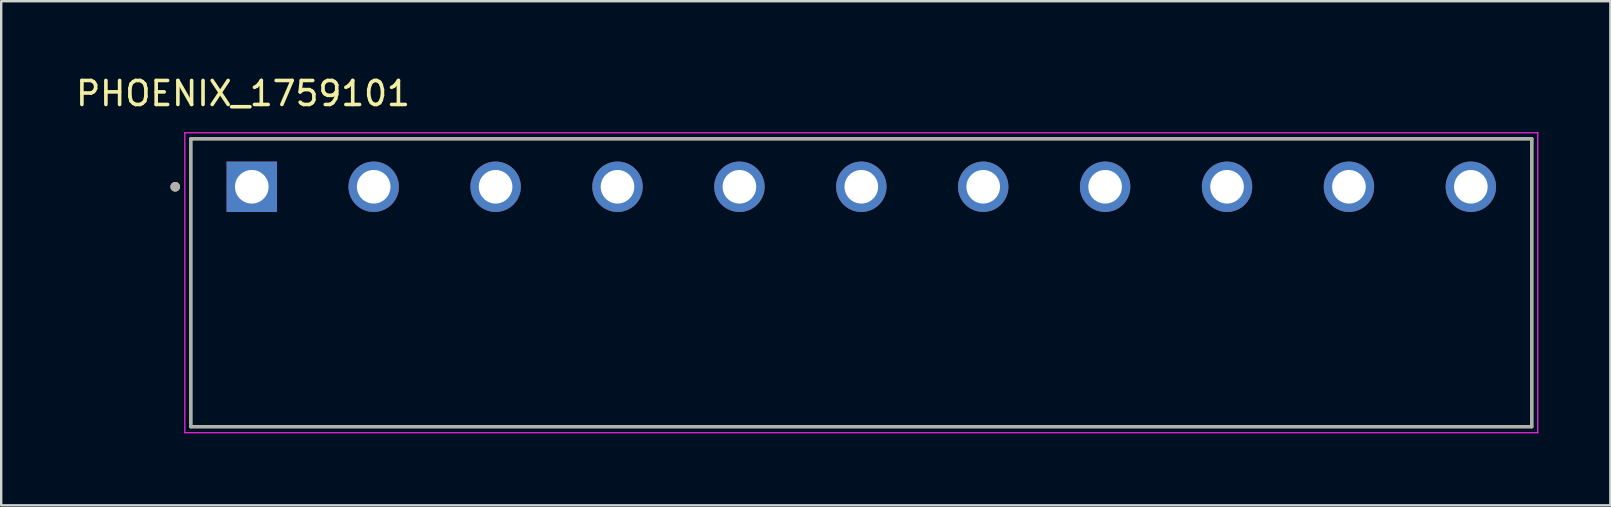
<source format=kicad_pcb>
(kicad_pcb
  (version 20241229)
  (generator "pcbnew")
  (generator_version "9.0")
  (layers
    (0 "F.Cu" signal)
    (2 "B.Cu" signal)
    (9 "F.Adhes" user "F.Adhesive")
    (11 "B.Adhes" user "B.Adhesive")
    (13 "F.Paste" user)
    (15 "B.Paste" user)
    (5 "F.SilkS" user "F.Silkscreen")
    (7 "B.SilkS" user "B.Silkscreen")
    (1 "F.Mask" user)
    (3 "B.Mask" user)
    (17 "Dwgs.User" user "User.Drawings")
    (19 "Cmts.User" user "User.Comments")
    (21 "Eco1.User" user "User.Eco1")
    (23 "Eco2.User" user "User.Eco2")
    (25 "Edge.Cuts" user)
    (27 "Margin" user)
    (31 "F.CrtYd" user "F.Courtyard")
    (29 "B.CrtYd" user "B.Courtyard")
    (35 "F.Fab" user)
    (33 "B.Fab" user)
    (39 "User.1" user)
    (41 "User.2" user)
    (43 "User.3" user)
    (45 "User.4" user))
  (footprint "PHOENIX_1759101"
    (layer "F.Cu")
    (at 4.902 14.733)
    (property "Reference" "PHOENIX_1759101" (at 2.175 -13.885 0) (layer "F.SilkS") (effects (font (size 1 1) (thickness 0.15))))
    (attr through_hole)
    (fp_line (start 0 0) (end 0 -12) (stroke (width 0.127) (type solid)) (layer "F.SilkS"))
    (fp_line (start 55.88 -12) (end 0 -12) (stroke (width 0.127) (type solid)) (layer "F.SilkS"))
    (fp_line (start 55.88 -12) (end 55.88 0) (stroke (width 0.127) (type solid)) (layer "F.SilkS"))
    (fp_line (start 55.88 0) (end 0 0) (stroke (width 0.127) (type solid)) (layer "F.SilkS"))
    (fp_circle (center -0.65 -10) (end -0.55 -10) (stroke (width 0.2) (type solid)) (fill no) (layer "F.SilkS"))
    (fp_line (start -0.25 -12.25) (end 56.13 -12.25) (stroke (width 0.05) (type solid)) (layer "F.CrtYd"))
    (fp_line (start -0.25 0.25) (end -0.25 -12.25) (stroke (width 0.05) (type solid)) (layer "F.CrtYd"))
    (fp_line (start 56.13 -12.25) (end 56.13 0.25) (stroke (width 0.05) (type solid)) (layer "F.CrtYd"))
    (fp_line (start 56.13 0.25) (end -0.25 0.25) (stroke (width 0.05) (type solid)) (layer "F.CrtYd"))
    (fp_line (start 0 -12) (end 55.88 -12) (stroke (width 0.127) (type solid)) (layer "F.Fab"))
    (fp_line (start 0 0) (end 0 -12) (stroke (width 0.127) (type solid)) (layer "F.Fab"))
    (fp_line (start 55.88 -12) (end 55.88 0) (stroke (width 0.127) (type solid)) (layer "F.Fab"))
    (fp_line (start 55.88 0) (end 0 0) (stroke (width 0.127) (type solid)) (layer "F.Fab"))
    (fp_circle (center -0.65 -10) (end -0.55 -10) (stroke (width 0.2) (type solid)) (fill no) (layer "F.Fab"))
    (pad "01" thru_hole rect (at 2.54 -10) (size 2.1 2.1) (drill 1.4) (layers "*.Cu" "*.Mask"))
    (pad "02" thru_hole circle (at 7.62 -10) (size 2.1 2.1) (drill 1.4) (layers "*.Cu" "*.Mask"))
    (pad "03" thru_hole circle (at 12.7 -10) (size 2.1 2.1) (drill 1.4) (layers "*.Cu" "*.Mask"))
    (pad "04" thru_hole circle (at 17.78 -10) (size 2.1 2.1) (drill 1.4) (layers "*.Cu" "*.Mask"))
    (pad "05" thru_hole circle (at 22.86 -10) (size 2.1 2.1) (drill 1.4) (layers "*.Cu" "*.Mask"))
    (pad "06" thru_hole circle (at 27.94 -10) (size 2.1 2.1) (drill 1.4) (layers "*.Cu" "*.Mask"))
    (pad "07" thru_hole circle (at 33.02 -10) (size 2.1 2.1) (drill 1.4) (layers "*.Cu" "*.Mask"))
    (pad "08" thru_hole circle (at 38.1 -10) (size 2.1 2.1) (drill 1.4) (layers "*.Cu" "*.Mask"))
    (pad "09" thru_hole circle (at 43.18 -10) (size 2.1 2.1) (drill 1.4) (layers "*.Cu" "*.Mask"))
    (pad "10" thru_hole circle (at 48.26 -10) (size 2.1 2.1) (drill 1.4) (layers "*.Cu" "*.Mask"))
    (pad "11" thru_hole circle (at 53.34 -10) (size 2.1 2.1) (drill 1.4) (layers "*.Cu" "*.Mask")))
  (gr_rect
    (start -3 -3)
    (end 64.057 18.008)
    (stroke (width 0.1) (type default))
    (fill no)
    (layer "Edge.Cuts")))
</source>
